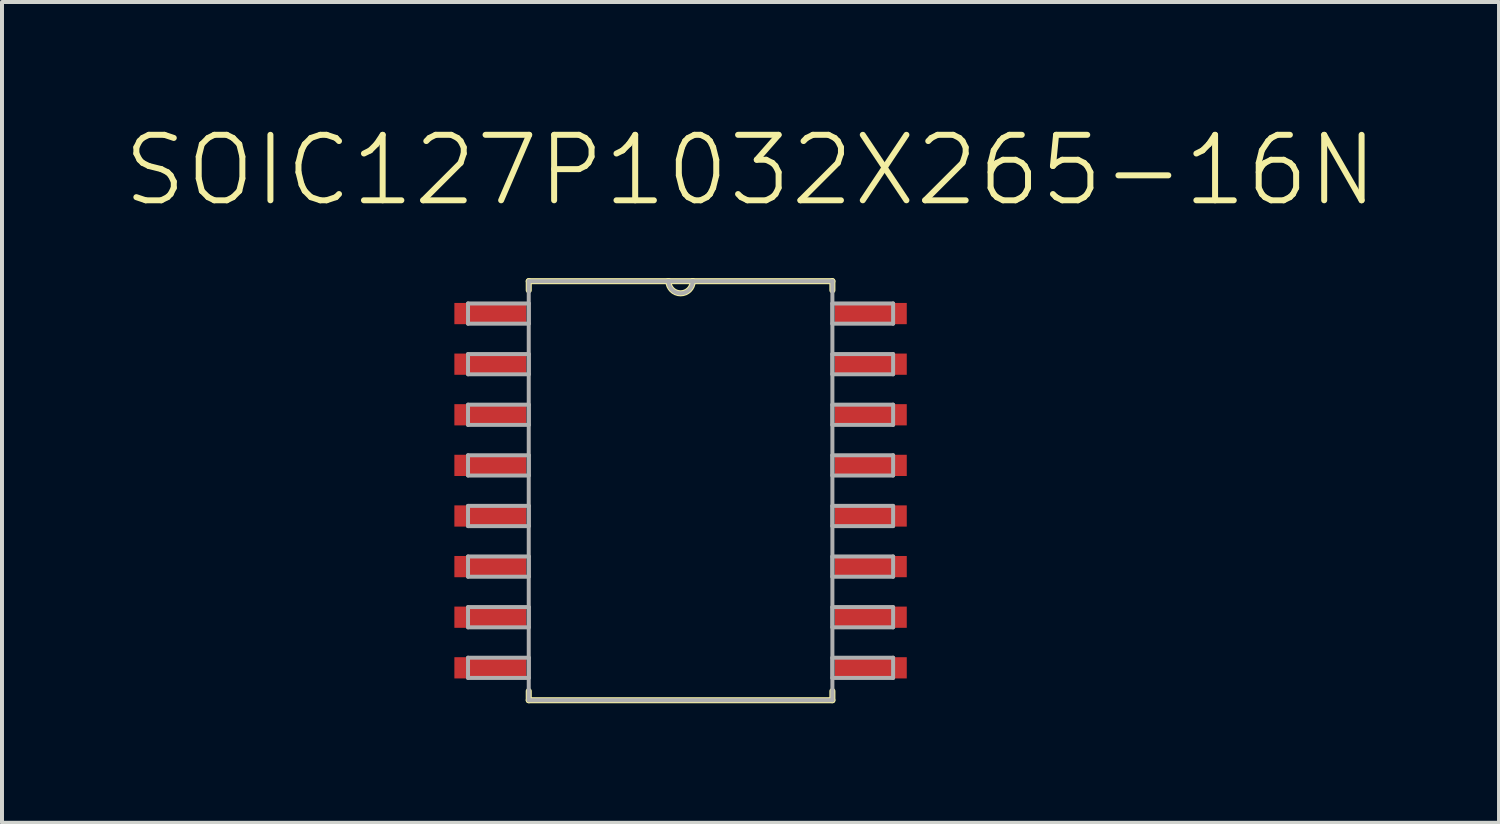
<source format=kicad_pcb>
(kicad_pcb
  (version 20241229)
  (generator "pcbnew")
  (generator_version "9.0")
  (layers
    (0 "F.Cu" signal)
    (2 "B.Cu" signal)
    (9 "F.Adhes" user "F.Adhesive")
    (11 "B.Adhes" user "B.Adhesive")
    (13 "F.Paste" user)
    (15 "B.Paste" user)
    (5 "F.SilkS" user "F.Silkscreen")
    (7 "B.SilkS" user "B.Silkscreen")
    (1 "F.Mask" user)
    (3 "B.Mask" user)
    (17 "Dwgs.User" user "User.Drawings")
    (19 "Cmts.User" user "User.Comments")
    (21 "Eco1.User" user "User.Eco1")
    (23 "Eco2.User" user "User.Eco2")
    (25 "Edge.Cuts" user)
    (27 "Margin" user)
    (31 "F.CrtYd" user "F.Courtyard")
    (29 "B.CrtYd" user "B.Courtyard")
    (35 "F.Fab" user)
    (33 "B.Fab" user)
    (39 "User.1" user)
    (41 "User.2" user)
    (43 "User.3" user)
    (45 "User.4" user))
  (footprint "SOIC127P1032X265-16N"
    (layer "F.Cu")
    (at 14.029 9.264)
    (property "Reference" "SOIC127P1032X265-16N" (at 1.756 -8.04 0) (layer "F.SilkS") (effects (font (size 1.643 1.643) (thickness 0.15))))
    (attr through_hole)
    (fp_line (start -3.81 -5.258) (end -3.81 -5.029) (stroke (width 0.152) (type solid)) (layer "F.SilkS"))
    (fp_line (start -3.81 5.029) (end -3.81 5.258) (stroke (width 0.152) (type solid)) (layer "F.SilkS"))
    (fp_line (start -3.81 5.258) (end 3.81 5.258) (stroke (width 0.152) (type solid)) (layer "F.SilkS"))
    (fp_line (start -0.305 -5.258) (end -3.81 -5.258) (stroke (width 0.152) (type solid)) (layer "F.SilkS"))
    (fp_line (start 0.305 -5.258) (end -0.305 -5.258) (stroke (width 0.152) (type solid)) (layer "F.SilkS"))
    (fp_line (start 3.81 -5.258) (end 0.305 -5.258) (stroke (width 0.152) (type solid)) (layer "F.SilkS"))
    (fp_line (start 3.81 -5.029) (end 3.81 -5.258) (stroke (width 0.152) (type solid)) (layer "F.SilkS"))
    (fp_line (start 3.81 5.258) (end 3.81 5.029) (stroke (width 0.152) (type solid)) (layer "F.SilkS"))
    (fp_arc (start 0.3048 -5.2578) (mid 0 -4.953) (end -0.3048 -5.2578) (stroke (width 0.1524) (type solid)) (layer "F.SilkS"))
    (fp_line (start -5.334 -4.699) (end -5.334 -4.191) (stroke (width 0.1) (type solid)) (layer "F.Fab"))
    (fp_line (start -5.334 -4.191) (end -3.81 -4.191) (stroke (width 0.1) (type solid)) (layer "F.Fab"))
    (fp_line (start -5.334 -3.429) (end -5.334 -2.921) (stroke (width 0.1) (type solid)) (layer "F.Fab"))
    (fp_line (start -5.334 -2.921) (end -3.81 -2.921) (stroke (width 0.1) (type solid)) (layer "F.Fab"))
    (fp_line (start -5.334 -2.159) (end -5.334 -1.651) (stroke (width 0.1) (type solid)) (layer "F.Fab"))
    (fp_line (start -5.334 -1.651) (end -3.81 -1.651) (stroke (width 0.1) (type solid)) (layer "F.Fab"))
    (fp_line (start -5.334 -0.889) (end -5.334 -0.381) (stroke (width 0.1) (type solid)) (layer "F.Fab"))
    (fp_line (start -5.334 -0.381) (end -3.81 -0.381) (stroke (width 0.1) (type solid)) (layer "F.Fab"))
    (fp_line (start -5.334 0.381) (end -5.334 0.889) (stroke (width 0.1) (type solid)) (layer "F.Fab"))
    (fp_line (start -5.334 0.889) (end -3.81 0.889) (stroke (width 0.1) (type solid)) (layer "F.Fab"))
    (fp_line (start -5.334 1.651) (end -5.334 2.159) (stroke (width 0.1) (type solid)) (layer "F.Fab"))
    (fp_line (start -5.334 2.159) (end -3.81 2.159) (stroke (width 0.1) (type solid)) (layer "F.Fab"))
    (fp_line (start -5.334 2.921) (end -5.334 3.429) (stroke (width 0.1) (type solid)) (layer "F.Fab"))
    (fp_line (start -5.334 3.429) (end -3.81 3.429) (stroke (width 0.1) (type solid)) (layer "F.Fab"))
    (fp_line (start -5.334 4.191) (end -5.334 4.699) (stroke (width 0.1) (type solid)) (layer "F.Fab"))
    (fp_line (start -5.334 4.699) (end -3.81 4.699) (stroke (width 0.1) (type solid)) (layer "F.Fab"))
    (fp_line (start -3.81 -5.258) (end -3.81 5.258) (stroke (width 0.1) (type solid)) (layer "F.Fab"))
    (fp_line (start -3.81 -4.699) (end -5.334 -4.699) (stroke (width 0.1) (type solid)) (layer "F.Fab"))
    (fp_line (start -3.81 -4.191) (end -3.81 -4.699) (stroke (width 0.1) (type solid)) (layer "F.Fab"))
    (fp_line (start -3.81 -3.429) (end -5.334 -3.429) (stroke (width 0.1) (type solid)) (layer "F.Fab"))
    (fp_line (start -3.81 -2.921) (end -3.81 -3.429) (stroke (width 0.1) (type solid)) (layer "F.Fab"))
    (fp_line (start -3.81 -2.159) (end -5.334 -2.159) (stroke (width 0.1) (type solid)) (layer "F.Fab"))
    (fp_line (start -3.81 -1.651) (end -3.81 -2.159) (stroke (width 0.1) (type solid)) (layer "F.Fab"))
    (fp_line (start -3.81 -0.889) (end -5.334 -0.889) (stroke (width 0.1) (type solid)) (layer "F.Fab"))
    (fp_line (start -3.81 -0.381) (end -3.81 -0.889) (stroke (width 0.1) (type solid)) (layer "F.Fab"))
    (fp_line (start -3.81 0.381) (end -5.334 0.381) (stroke (width 0.1) (type solid)) (layer "F.Fab"))
    (fp_line (start -3.81 0.889) (end -3.81 0.381) (stroke (width 0.1) (type solid)) (layer "F.Fab"))
    (fp_line (start -3.81 1.651) (end -5.334 1.651) (stroke (width 0.1) (type solid)) (layer "F.Fab"))
    (fp_line (start -3.81 2.159) (end -3.81 1.651) (stroke (width 0.1) (type solid)) (layer "F.Fab"))
    (fp_line (start -3.81 2.921) (end -5.334 2.921) (stroke (width 0.1) (type solid)) (layer "F.Fab"))
    (fp_line (start -3.81 3.429) (end -3.81 2.921) (stroke (width 0.1) (type solid)) (layer "F.Fab"))
    (fp_line (start -3.81 4.191) (end -5.334 4.191) (stroke (width 0.1) (type solid)) (layer "F.Fab"))
    (fp_line (start -3.81 4.699) (end -3.81 4.191) (stroke (width 0.1) (type solid)) (layer "F.Fab"))
    (fp_line (start -3.81 5.258) (end 3.81 5.258) (stroke (width 0.1) (type solid)) (layer "F.Fab"))
    (fp_line (start -0.305 -5.258) (end -3.81 -5.258) (stroke (width 0.1) (type solid)) (layer "F.Fab"))
    (fp_line (start 0.305 -5.258) (end -0.305 -5.258) (stroke (width 0.1) (type solid)) (layer "F.Fab"))
    (fp_line (start 3.81 -5.258) (end 0.305 -5.258) (stroke (width 0.1) (type solid)) (layer "F.Fab"))
    (fp_line (start 3.81 -4.699) (end 3.81 -4.191) (stroke (width 0.1) (type solid)) (layer "F.Fab"))
    (fp_line (start 3.81 -4.191) (end 5.334 -4.191) (stroke (width 0.1) (type solid)) (layer "F.Fab"))
    (fp_line (start 3.81 -3.429) (end 3.81 -2.921) (stroke (width 0.1) (type solid)) (layer "F.Fab"))
    (fp_line (start 3.81 -2.921) (end 5.334 -2.921) (stroke (width 0.1) (type solid)) (layer "F.Fab"))
    (fp_line (start 3.81 -2.159) (end 3.81 -1.651) (stroke (width 0.1) (type solid)) (layer "F.Fab"))
    (fp_line (start 3.81 -1.651) (end 5.334 -1.651) (stroke (width 0.1) (type solid)) (layer "F.Fab"))
    (fp_line (start 3.81 -0.889) (end 3.81 -0.381) (stroke (width 0.1) (type solid)) (layer "F.Fab"))
    (fp_line (start 3.81 -0.381) (end 5.334 -0.381) (stroke (width 0.1) (type solid)) (layer "F.Fab"))
    (fp_line (start 3.81 0.381) (end 3.81 0.889) (stroke (width 0.1) (type solid)) (layer "F.Fab"))
    (fp_line (start 3.81 0.889) (end 5.334 0.889) (stroke (width 0.1) (type solid)) (layer "F.Fab"))
    (fp_line (start 3.81 1.651) (end 3.81 2.159) (stroke (width 0.1) (type solid)) (layer "F.Fab"))
    (fp_line (start 3.81 2.159) (end 5.334 2.159) (stroke (width 0.1) (type solid)) (layer "F.Fab"))
    (fp_line (start 3.81 2.921) (end 3.81 3.429) (stroke (width 0.1) (type solid)) (layer "F.Fab"))
    (fp_line (start 3.81 3.429) (end 5.334 3.429) (stroke (width 0.1) (type solid)) (layer "F.Fab"))
    (fp_line (start 3.81 4.191) (end 3.81 4.699) (stroke (width 0.1) (type solid)) (layer "F.Fab"))
    (fp_line (start 3.81 4.699) (end 5.334 4.699) (stroke (width 0.1) (type solid)) (layer "F.Fab"))
    (fp_line (start 3.81 5.258) (end 3.81 -5.258) (stroke (width 0.1) (type solid)) (layer "F.Fab"))
    (fp_line (start 5.334 -4.699) (end 3.81 -4.699) (stroke (width 0.1) (type solid)) (layer "F.Fab"))
    (fp_line (start 5.334 -4.191) (end 5.334 -4.699) (stroke (width 0.1) (type solid)) (layer "F.Fab"))
    (fp_line (start 5.334 -3.429) (end 3.81 -3.429) (stroke (width 0.1) (type solid)) (layer "F.Fab"))
    (fp_line (start 5.334 -2.921) (end 5.334 -3.429) (stroke (width 0.1) (type solid)) (layer "F.Fab"))
    (fp_line (start 5.334 -2.159) (end 3.81 -2.159) (stroke (width 0.1) (type solid)) (layer "F.Fab"))
    (fp_line (start 5.334 -1.651) (end 5.334 -2.159) (stroke (width 0.1) (type solid)) (layer "F.Fab"))
    (fp_line (start 5.334 -0.889) (end 3.81 -0.889) (stroke (width 0.1) (type solid)) (layer "F.Fab"))
    (fp_line (start 5.334 -0.381) (end 5.334 -0.889) (stroke (width 0.1) (type solid)) (layer "F.Fab"))
    (fp_line (start 5.334 0.381) (end 3.81 0.381) (stroke (width 0.1) (type solid)) (layer "F.Fab"))
    (fp_line (start 5.334 0.889) (end 5.334 0.381) (stroke (width 0.1) (type solid)) (layer "F.Fab"))
    (fp_line (start 5.334 1.651) (end 3.81 1.651) (stroke (width 0.1) (type solid)) (layer "F.Fab"))
    (fp_line (start 5.334 2.159) (end 5.334 1.651) (stroke (width 0.1) (type solid)) (layer "F.Fab"))
    (fp_line (start 5.334 2.921) (end 3.81 2.921) (stroke (width 0.1) (type solid)) (layer "F.Fab"))
    (fp_line (start 5.334 3.429) (end 5.334 2.921) (stroke (width 0.1) (type solid)) (layer "F.Fab"))
    (fp_line (start 5.334 4.191) (end 3.81 4.191) (stroke (width 0.1) (type solid)) (layer "F.Fab"))
    (fp_line (start 5.334 4.699) (end 5.334 4.191) (stroke (width 0.1) (type solid)) (layer "F.Fab"))
    (fp_arc (start 0.3048 -5.2578) (mid 0 -4.953) (end -0.3048 -5.2578) (stroke (width 0.1) (type solid)) (layer "F.Fab"))
    (pad "1" smd rect (at -4.775 -4.445) (size 1.803 0.533) (layers "F.Cu" "F.Mask" "F.Paste"))
    (pad "2" smd rect (at -4.775 -3.175) (size 1.803 0.533) (layers "F.Cu" "F.Mask" "F.Paste"))
    (pad "3" smd rect (at -4.775 -1.905) (size 1.803 0.533) (layers "F.Cu" "F.Mask" "F.Paste"))
    (pad "4" smd rect (at -4.775 -0.635) (size 1.803 0.533) (layers "F.Cu" "F.Mask" "F.Paste"))
    (pad "5" smd rect (at -4.775 0.635) (size 1.803 0.533) (layers "F.Cu" "F.Mask" "F.Paste"))
    (pad "6" smd rect (at -4.775 1.905) (size 1.803 0.533) (layers "F.Cu" "F.Mask" "F.Paste"))
    (pad "7" smd rect (at -4.775 3.175) (size 1.803 0.533) (layers "F.Cu" "F.Mask" "F.Paste"))
    (pad "8" smd rect (at -4.775 4.445) (size 1.803 0.533) (layers "F.Cu" "F.Mask" "F.Paste"))
    (pad "9" smd rect (at 4.775 4.445) (size 1.803 0.533) (layers "F.Cu" "F.Mask" "F.Paste"))
    (pad "10" smd rect (at 4.775 3.175) (size 1.803 0.533) (layers "F.Cu" "F.Mask" "F.Paste"))
    (pad "11" smd rect (at 4.775 1.905) (size 1.803 0.533) (layers "F.Cu" "F.Mask" "F.Paste"))
    (pad "12" smd rect (at 4.775 0.635) (size 1.803 0.533) (layers "F.Cu" "F.Mask" "F.Paste"))
    (pad "13" smd rect (at 4.775 -0.635) (size 1.803 0.533) (layers "F.Cu" "F.Mask" "F.Paste"))
    (pad "14" smd rect (at 4.775 -1.905) (size 1.803 0.533) (layers "F.Cu" "F.Mask" "F.Paste"))
    (pad "15" smd rect (at 4.775 -3.175) (size 1.803 0.533) (layers "F.Cu" "F.Mask" "F.Paste"))
    (pad "16" smd rect (at 4.775 -4.445) (size 1.803 0.533) (layers "F.Cu" "F.Mask" "F.Paste")))
  (gr_rect
    (start -3 -3)
    (end 34.568 17.598)
    (stroke (width 0.1) (type default))
    (fill no)
    (layer "Edge.Cuts")))
</source>
